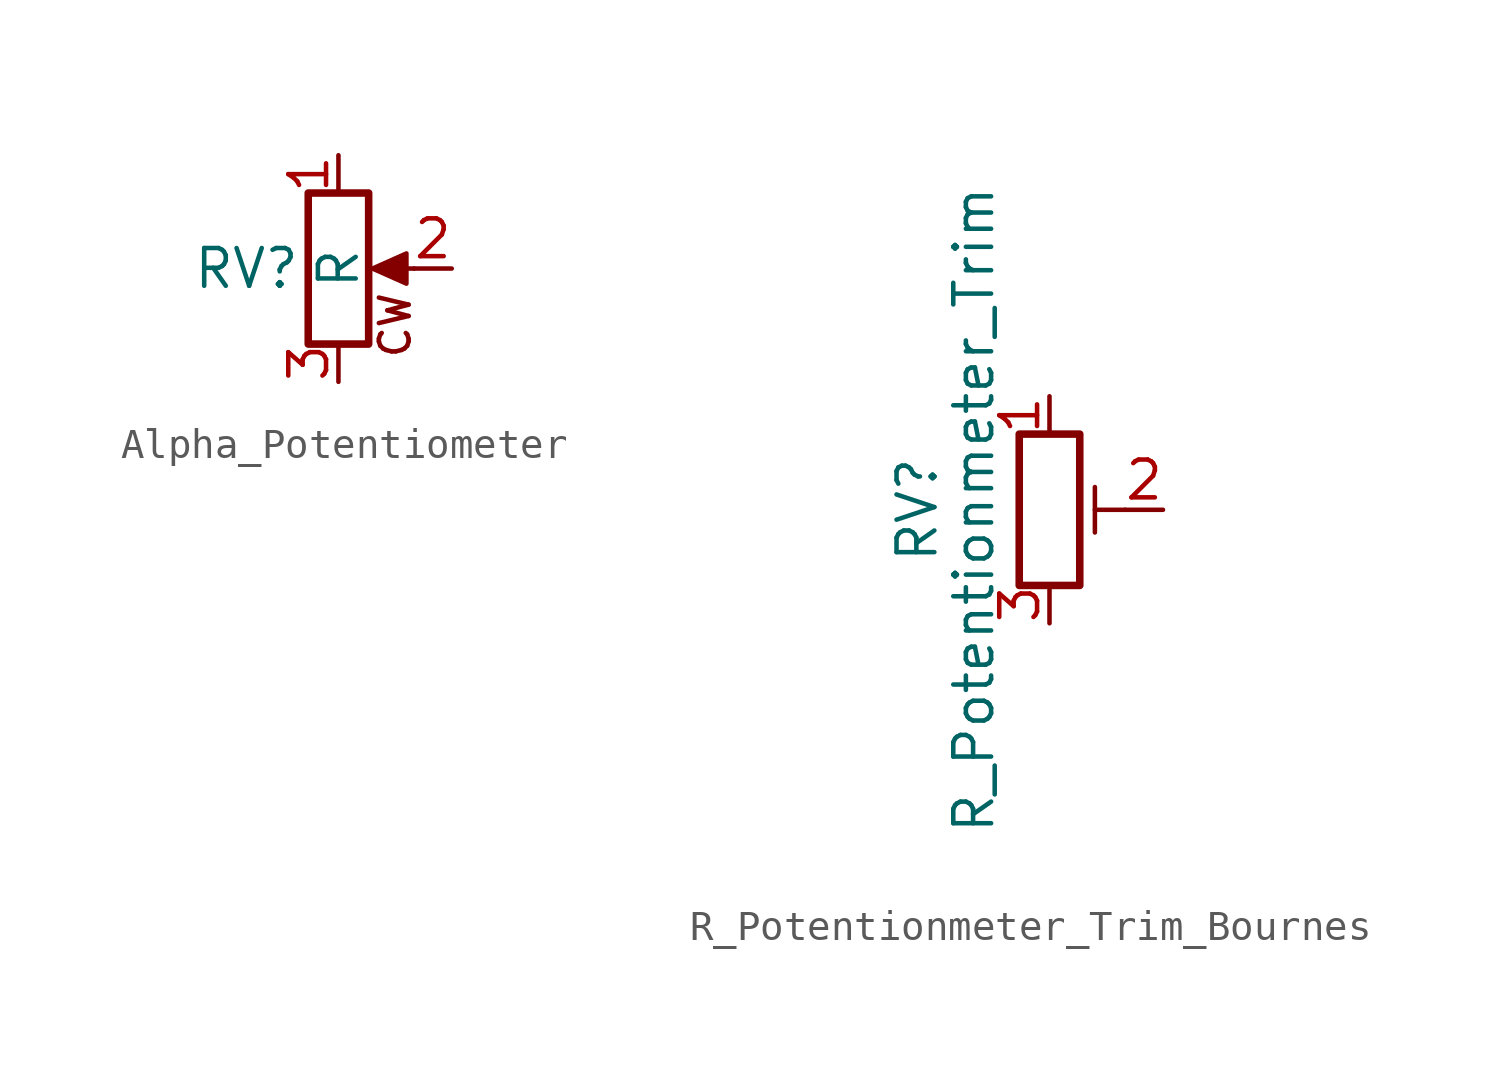
<source format=kicad_sym>
(kicad_symbol_lib
  (version 20241209)
  (generator "kicad_symbol_editor")
  (generator_version "9.0")
  (symbol "Alpha_Potentiometer"
    (pin_names
      (offset 1.016)
      (hide yes))
    (property "Reference" "RV"
      (at -1.27 0 0)
      (effects (font (size 1.27 1.27)) (justify right)))
    (property "Value" "R"
      (at 0 0 90)
      (effects (font (size 1.27 1.27))))
    (property "Description" ""
      (at 0 0 0)
      (effects (font (size 1.27 1.27))))
    (symbol "Alpha_Potentiometer_0_0"
      (text "CW" (at 1.905 -1.905 900) (effects (font (size 1 1)))))
    (symbol "Alpha_Potentiometer_0_1"
      (rectangle (start 1.016 2.54) (end -1.016 -2.54) (stroke (width 0.254) (type default)) (fill (type none)))
      (polyline (pts (xy 1.143 0) (xy 2.286 0.508) (xy 2.286 -0.508) (xy 1.143 0)) (stroke (width 0) (type default)) (fill (type outline)))
      (polyline (pts (xy 2.54 0) (xy 1.524 0)) (stroke (width 0) (type default)) (fill (type none))))
    (symbol "Alpha_Potentiometer_1_1"
      (pin passive line (at 0 3.81 270) (length 1.27) (name "1" (effects (font (size 1.27 1.27)))) (number "1" (effects (font (size 1.27 1.27)))))
      (pin passive line (at 0 -3.81 90) (length 1.27) (name "3" (effects (font (size 1.27 1.27)))) (number "3" (effects (font (size 1.27 1.27)))))
      (pin passive line (at 3.81 0 180) (length 1.27) (name "2" (effects (font (size 1.27 1.27)))) (number "2" (effects (font (size 1.27 1.27)))))))
  (symbol "R_Potentionmeter_Trim_Bournes"
    (pin_names
      (offset 1.016)
      (hide yes))
    (property "Reference" "RV"
      (at -4.445 0 90)
      (effects (font (size 1.27 1.27))))
    (property "Value" "R_Potentionmeter_Trim"
      (at -2.54 0 90)
      (effects (font (size 1.27 1.27))))
    (symbol "R_Potentionmeter_Trim_Bournes_0_1"
      (rectangle (start 1.016 2.54) (end -1.016 -2.54) (stroke (width 0.254) (type default)) (fill (type none)))
      (polyline (pts (xy 1.524 0.762) (xy 1.524 -0.762)) (stroke (width 0) (type default)) (fill (type none)))
      (polyline (pts (xy 2.54 0) (xy 1.524 0)) (stroke (width 0) (type default)) (fill (type none))))
    (symbol "R_Potentionmeter_Trim_Bournes_1_1"
      (pin passive line (at 0 3.81 270) (length 1.27) (name "1" (effects (font (size 1.27 1.27)))) (number "1" (effects (font (size 1.27 1.27)))))
      (pin passive line (at 0 -3.81 90) (length 1.27) (name "3" (effects (font (size 1.27 1.27)))) (number "3" (effects (font (size 1.27 1.27)))))
      (pin passive line (at 3.81 0 180) (length 1.27) (name "2" (effects (font (size 1.27 1.27)))) (number "2" (effects (font (size 1.27 1.27))))))))
</source>
